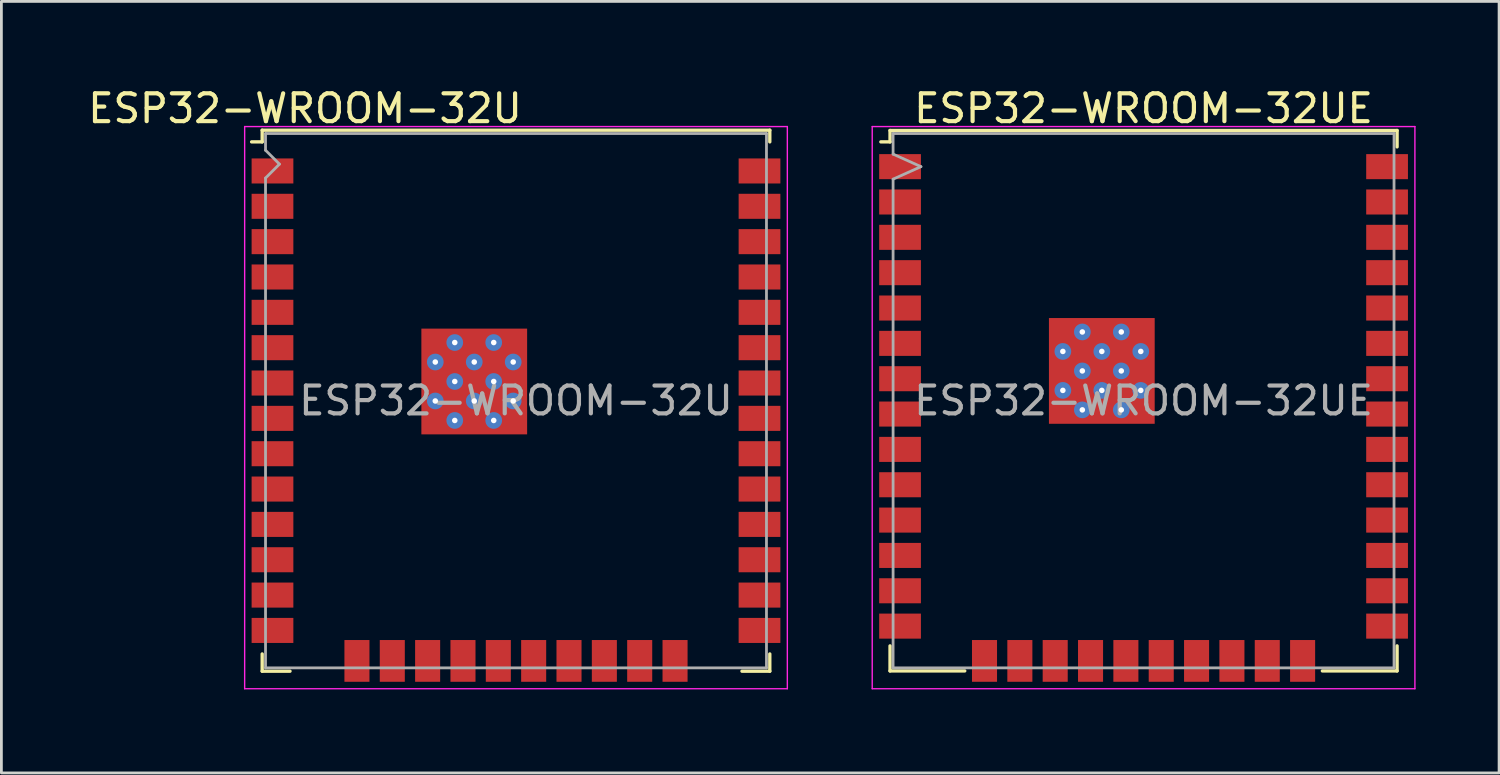
<source format=kicad_pcb>
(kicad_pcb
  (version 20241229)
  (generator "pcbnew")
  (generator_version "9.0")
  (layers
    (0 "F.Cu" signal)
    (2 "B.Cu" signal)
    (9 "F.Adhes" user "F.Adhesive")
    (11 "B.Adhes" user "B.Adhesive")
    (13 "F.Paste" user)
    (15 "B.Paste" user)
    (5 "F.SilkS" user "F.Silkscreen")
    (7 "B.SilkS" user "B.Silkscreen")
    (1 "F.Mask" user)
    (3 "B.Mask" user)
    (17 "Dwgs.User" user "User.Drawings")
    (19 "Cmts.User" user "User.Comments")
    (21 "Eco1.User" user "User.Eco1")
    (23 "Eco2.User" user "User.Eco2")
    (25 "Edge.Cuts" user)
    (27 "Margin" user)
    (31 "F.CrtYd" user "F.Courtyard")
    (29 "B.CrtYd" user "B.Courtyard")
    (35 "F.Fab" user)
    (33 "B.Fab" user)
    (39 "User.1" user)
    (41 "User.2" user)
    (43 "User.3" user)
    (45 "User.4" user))
  (footprint "ESP32-WROOM-32UE"
    (layer "F.Cu")
    (at 38.041 11.348)
    (property "Reference" "ESP32-WROOM-32UE" (at 0 -10.5 0) (unlocked yes) (layer "F.SilkS") (effects (font (size 1 1) (thickness 0.15))))
    (attr smd)
    (fp_line (start -9.44 -9.3) (end -9.11 -9.3) (stroke (width 0.12) (type solid)) (layer "F.SilkS"))
    (fp_line (start -9.11 -9.71) (end -9.11 -9.3) (stroke (width 0.12) (type solid)) (layer "F.SilkS"))
    (fp_line (start -9.11 -9.71) (end 9.11 -9.71) (stroke (width 0.12) (type solid)) (layer "F.SilkS"))
    (fp_line (start -9.11 8.81) (end -9.11 9.71) (stroke (width 0.12) (type solid)) (layer "F.SilkS"))
    (fp_line (start -9.11 9.71) (end -6.425 9.71) (stroke (width 0.12) (type solid)) (layer "F.SilkS"))
    (fp_line (start 6.425 9.71) (end 9.11 9.71) (stroke (width 0.12) (type solid)) (layer "F.SilkS"))
    (fp_line (start 9.11 -9.71) (end 9.11 -9.12) (stroke (width 0.12) (type solid)) (layer "F.SilkS"))
    (fp_line (start 9.11 8.81) (end 9.11 9.71) (stroke (width 0.12) (type solid)) (layer "F.SilkS"))
    (fp_line (start -9.75 -9.85) (end -9.75 10.35) (stroke (width 0.05) (type solid)) (layer "F.CrtYd"))
    (fp_line (start -9.75 -9.85) (end 9.75 -9.85) (stroke (width 0.05) (type solid)) (layer "F.CrtYd"))
    (fp_line (start -9.75 10.35) (end 9.75 10.35) (stroke (width 0.05) (type solid)) (layer "F.CrtYd"))
    (fp_line (start 9.75 -9.85) (end 9.75 10.35) (stroke (width 0.05) (type solid)) (layer "F.CrtYd"))
    (fp_line (start -9 -9.6) (end -9 -8.86) (stroke (width 0.1) (type solid)) (layer "F.Fab"))
    (fp_line (start -9 -9.6) (end 9 -9.6) (stroke (width 0.1) (type solid)) (layer "F.Fab"))
    (fp_line (start -9 -7.96) (end -9 9.6) (stroke (width 0.1) (type solid)) (layer "F.Fab"))
    (fp_line (start -9 9.6) (end 9 9.6) (stroke (width 0.1) (type solid)) (layer "F.Fab"))
    (fp_line (start -8 -8.41) (end -9 -8.86) (stroke (width 0.1) (type solid)) (layer "F.Fab"))
    (fp_line (start -8 -8.41) (end -9 -7.96) (stroke (width 0.1) (type solid)) (layer "F.Fab"))
    (fp_line (start 9 -9.6) (end 9 9.6) (stroke (width 0.1) (type solid)) (layer "F.Fab"))
    (fp_text user "${REFERENCE}" (at 0 0 0) (unlocked yes) (layer "F.Fab") (effects (font (size 1 1) (thickness 0.15))))
    (pad "1" smd rect (at -8.75 -8.41) (size 1.5 0.9) (layers "F.Cu" "F.Mask" "F.Paste"))
    (pad "2" smd rect (at -8.75 -7.14) (size 1.5 0.9) (layers "F.Cu" "F.Mask" "F.Paste"))
    (pad "3" smd rect (at -8.75 -5.87) (size 1.5 0.9) (layers "F.Cu" "F.Mask" "F.Paste"))
    (pad "4" smd rect (at -8.75 -4.6) (size 1.5 0.9) (layers "F.Cu" "F.Mask" "F.Paste"))
    (pad "5" smd rect (at -8.75 -3.33) (size 1.5 0.9) (layers "F.Cu" "F.Mask" "F.Paste"))
    (pad "6" smd rect (at -8.75 -2.06) (size 1.5 0.9) (layers "F.Cu" "F.Mask" "F.Paste"))
    (pad "7" smd rect (at -8.75 -0.79) (size 1.5 0.9) (layers "F.Cu" "F.Mask" "F.Paste"))
    (pad "8" smd rect (at -8.75 0.48) (size 1.5 0.9) (layers "F.Cu" "F.Mask" "F.Paste"))
    (pad "9" smd rect (at -8.75 1.75) (size 1.5 0.9) (layers "F.Cu" "F.Mask" "F.Paste"))
    (pad "10" smd rect (at -8.75 3.02) (size 1.5 0.9) (layers "F.Cu" "F.Mask" "F.Paste"))
    (pad "11" smd rect (at -8.75 4.29) (size 1.5 0.9) (layers "F.Cu" "F.Mask" "F.Paste"))
    (pad "12" smd rect (at -8.75 5.56) (size 1.5 0.9) (layers "F.Cu" "F.Mask" "F.Paste"))
    (pad "13" smd rect (at -8.75 6.83) (size 1.5 0.9) (layers "F.Cu" "F.Mask" "F.Paste"))
    (pad "14" smd rect (at -8.75 8.1) (size 1.5 0.9) (layers "F.Cu" "F.Mask" "F.Paste"))
    (pad "15" smd rect (at -5.715 9.35 90) (size 1.5 0.9) (layers "F.Cu" "F.Mask" "F.Paste"))
    (pad "16" smd rect (at -4.445 9.35 90) (size 1.5 0.9) (layers "F.Cu" "F.Mask" "F.Paste"))
    (pad "17" smd rect (at -3.175 9.35 90) (size 1.5 0.9) (layers "F.Cu" "F.Mask" "F.Paste"))
    (pad "18" smd rect (at -1.905 9.35 90) (size 1.5 0.9) (layers "F.Cu" "F.Mask" "F.Paste"))
    (pad "19" smd rect (at -0.635 9.35 90) (size 1.5 0.9) (layers "F.Cu" "F.Mask" "F.Paste"))
    (pad "20" smd rect (at 0.635 9.35 90) (size 1.5 0.9) (layers "F.Cu" "F.Mask" "F.Paste"))
    (pad "21" smd rect (at 1.905 9.35 90) (size 1.5 0.9) (layers "F.Cu" "F.Mask" "F.Paste"))
    (pad "22" smd rect (at 3.175 9.35 90) (size 1.5 0.9) (layers "F.Cu" "F.Mask" "F.Paste"))
    (pad "23" smd rect (at 4.445 9.35 90) (size 1.5 0.9) (layers "F.Cu" "F.Mask" "F.Paste"))
    (pad "24" smd rect (at 5.715 9.35 90) (size 1.5 0.9) (layers "F.Cu" "F.Mask" "F.Paste"))
    (pad "25" smd rect (at 8.75 8.1) (size 1.5 0.9) (layers "F.Cu" "F.Mask" "F.Paste"))
    (pad "26" smd rect (at 8.75 6.83) (size 1.5 0.9) (layers "F.Cu" "F.Mask" "F.Paste"))
    (pad "27" smd rect (at 8.75 5.56) (size 1.5 0.9) (layers "F.Cu" "F.Mask" "F.Paste"))
    (pad "28" smd rect (at 8.75 4.29) (size 1.5 0.9) (layers "F.Cu" "F.Mask" "F.Paste"))
    (pad "29" smd rect (at 8.75 3.02) (size 1.5 0.9) (layers "F.Cu" "F.Mask" "F.Paste"))
    (pad "30" smd rect (at 8.75 1.75) (size 1.5 0.9) (layers "F.Cu" "F.Mask" "F.Paste"))
    (pad "31" smd rect (at 8.75 0.48) (size 1.5 0.9) (layers "F.Cu" "F.Mask" "F.Paste"))
    (pad "32" smd rect (at 8.75 -0.79) (size 1.5 0.9) (layers "F.Cu" "F.Mask" "F.Paste"))
    (pad "33" smd rect (at 8.75 -2.06) (size 1.5 0.9) (layers "F.Cu" "F.Mask" "F.Paste"))
    (pad "34" smd rect (at 8.75 -3.33) (size 1.5 0.9) (layers "F.Cu" "F.Mask" "F.Paste"))
    (pad "35" smd rect (at 8.75 -4.6) (size 1.5 0.9) (layers "F.Cu" "F.Mask" "F.Paste"))
    (pad "36" smd rect (at 8.75 -5.87) (size 1.5 0.9) (layers "F.Cu" "F.Mask" "F.Paste"))
    (pad "37" smd rect (at 8.75 -7.14) (size 1.5 0.9) (layers "F.Cu" "F.Mask" "F.Paste"))
    (pad "38" smd rect (at 8.75 -8.41) (size 1.5 0.9) (layers "F.Cu" "F.Mask" "F.Paste"))
    (pad "39" smd rect (at -2.9 -2.47) (size 0.9 0.9) (layers "F.Cu" "F.Paste"))
    (pad "39" thru_hole circle (at -2.9 -1.77) (size 0.6 0.6) (drill 0.2) (property pad_prop_heatsink) (layers "*.Cu" "F.Mask"))
    (pad "39" smd rect (at -2.9 -1.07) (size 0.9 0.9) (layers "F.Cu" "F.Paste"))
    (pad "39" thru_hole circle (at -2.9 -0.37) (size 0.6 0.6) (drill 0.2) (property pad_prop_heatsink) (layers "*.Cu" "F.Mask"))
    (pad "39" smd rect (at -2.9 0.33) (size 0.9 0.9) (layers "F.Cu" "F.Paste"))
    (pad "39" thru_hole circle (at -2.2 -2.47) (size 0.6 0.6) (drill 0.2) (property pad_prop_heatsink) (layers "*.Cu" "F.Mask"))
    (pad "39" thru_hole circle (at -2.2 -1.07) (size 0.6 0.6) (drill 0.2) (property pad_prop_heatsink) (layers "*.Cu" "F.Mask"))
    (pad "39" thru_hole circle (at -2.2 0.33) (size 0.6 0.6) (drill 0.2) (property pad_prop_heatsink) (layers "*.Cu" "F.Mask"))
    (pad "39" smd rect (at -1.5 -2.47) (size 0.9 0.9) (layers "F.Cu" "F.Paste"))
    (pad "39" thru_hole circle (at -1.5 -1.77) (size 0.6 0.6) (drill 0.2) (property pad_prop_heatsink) (layers "*.Cu" "F.Mask"))
    (pad "39" smd rect (at -1.5 -1.07) (size 0.9 0.9) (layers "F.Cu" "F.Paste"))
    (pad "39" smd rect (at -1.5 -1.07) (size 3.8 3.8) (layers "F.Cu" "F.Mask"))
    (pad "39" thru_hole circle (at -1.5 -0.37) (size 0.6 0.6) (drill 0.2) (property pad_prop_heatsink) (layers "*.Cu" "F.Mask"))
    (pad "39" smd rect (at -1.5 0.33) (size 0.9 0.9) (layers "F.Cu" "F.Paste"))
    (pad "39" thru_hole circle (at -0.8 -2.47) (size 0.6 0.6) (drill 0.2) (property pad_prop_heatsink) (layers "*.Cu" "F.Mask"))
    (pad "39" thru_hole circle (at -0.8 -1.07) (size 0.6 0.6) (drill 0.2) (property pad_prop_heatsink) (layers "*.Cu" "F.Mask"))
    (pad "39" thru_hole circle (at -0.8 0.33) (size 0.6 0.6) (drill 0.2) (property pad_prop_heatsink) (layers "*.Cu" "F.Mask"))
    (pad "39" smd rect (at -0.1 -2.47) (size 0.9 0.9) (layers "F.Cu" "F.Paste"))
    (pad "39" thru_hole circle (at -0.1 -1.77) (size 0.6 0.6) (drill 0.2) (property pad_prop_heatsink) (layers "*.Cu" "F.Mask"))
    (pad "39" smd rect (at -0.1 -1.07) (size 0.9 0.9) (layers "F.Cu" "F.Paste"))
    (pad "39" thru_hole circle (at -0.1 -0.37) (size 0.6 0.6) (drill 0.2) (property pad_prop_heatsink) (layers "*.Cu" "F.Mask"))
    (pad "39" smd rect (at -0.1 0.33) (size 0.9 0.9) (layers "F.Cu" "F.Paste")))
  (footprint "ESP32-WROOM-32U"
    (layer "F.Cu")
    (at 15.491 11.348)
    (property "Reference" "ESP32-WROOM-32U" (at -7.58 -10.5 180) (layer "F.SilkS") (effects (font (size 1 1) (thickness 0.15))))
    (attr smd)
    (fp_line (start -9.12 -9.72) (end -9.12 -9.3) (stroke (width 0.12) (type solid)) (layer "F.SilkS"))
    (fp_line (start -9.12 -9.72) (end 9.12 -9.72) (stroke (width 0.12) (type solid)) (layer "F.SilkS"))
    (fp_line (start -9.12 -9.3) (end -9.5 -9.3) (stroke (width 0.12) (type solid)) (layer "F.SilkS"))
    (fp_line (start -9.12 9.1) (end -9.12 9.72) (stroke (width 0.12) (type solid)) (layer "F.SilkS"))
    (fp_line (start -9.12 9.72) (end -8.12 9.72) (stroke (width 0.12) (type solid)) (layer "F.SilkS"))
    (fp_line (start 9.12 -9.72) (end 9.12 -9.3) (stroke (width 0.12) (type solid)) (layer "F.SilkS"))
    (fp_line (start 9.12 9.1) (end 9.12 9.72) (stroke (width 0.12) (type solid)) (layer "F.SilkS"))
    (fp_line (start 9.12 9.72) (end 8.12 9.72) (stroke (width 0.12) (type solid)) (layer "F.SilkS"))
    (fp_line (start -9.75 10.35) (end -9.75 -9.85) (stroke (width 0.05) (type solid)) (layer "F.CrtYd"))
    (fp_line (start -9.75 10.35) (end 9.75 10.35) (stroke (width 0.05) (type solid)) (layer "F.CrtYd"))
    (fp_line (start 9.75 -9.85) (end -9.75 -9.85) (stroke (width 0.05) (type solid)) (layer "F.CrtYd"))
    (fp_line (start 9.75 -9.85) (end 9.75 10.35) (stroke (width 0.05) (type solid)) (layer "F.CrtYd"))
    (fp_line (start -9 -9.6) (end -9 -9) (stroke (width 0.1) (type solid)) (layer "F.Fab"))
    (fp_line (start -9 -9.6) (end 9 -9.6) (stroke (width 0.1) (type solid)) (layer "F.Fab"))
    (fp_line (start -9 -8) (end -9 9.6) (stroke (width 0.1) (type solid)) (layer "F.Fab"))
    (fp_line (start -9 -8) (end -8.5 -8.5) (stroke (width 0.1) (type solid)) (layer "F.Fab"))
    (fp_line (start -9 9.6) (end 9 9.6) (stroke (width 0.1) (type solid)) (layer "F.Fab"))
    (fp_line (start -8.5 -8.5) (end -9 -9) (stroke (width 0.1) (type solid)) (layer "F.Fab"))
    (fp_line (start 9 9.6) (end 9 -9.6) (stroke (width 0.1) (type solid)) (layer "F.Fab"))
    (fp_text user "${REFERENCE}" (at 0 0 0) (layer "F.Fab") (effects (font (size 1 1) (thickness 0.15))))
    (pad "1" smd rect (at -8.75 -8.255) (size 1.5 0.9) (layers "F.Cu" "F.Mask" "F.Paste"))
    (pad "2" smd rect (at -8.75 -6.985) (size 1.5 0.9) (layers "F.Cu" "F.Mask" "F.Paste"))
    (pad "3" smd rect (at -8.75 -5.715) (size 1.5 0.9) (layers "F.Cu" "F.Mask" "F.Paste"))
    (pad "4" smd rect (at -8.75 -4.445) (size 1.5 0.9) (layers "F.Cu" "F.Mask" "F.Paste"))
    (pad "5" smd rect (at -8.75 -3.175) (size 1.5 0.9) (layers "F.Cu" "F.Mask" "F.Paste"))
    (pad "6" smd rect (at -8.75 -1.905) (size 1.5 0.9) (layers "F.Cu" "F.Mask" "F.Paste"))
    (pad "7" smd rect (at -8.75 -0.635) (size 1.5 0.9) (layers "F.Cu" "F.Mask" "F.Paste"))
    (pad "8" smd rect (at -8.75 0.635) (size 1.5 0.9) (layers "F.Cu" "F.Mask" "F.Paste"))
    (pad "9" smd rect (at -8.75 1.905) (size 1.5 0.9) (layers "F.Cu" "F.Mask" "F.Paste"))
    (pad "10" smd rect (at -8.75 3.175) (size 1.5 0.9) (layers "F.Cu" "F.Mask" "F.Paste"))
    (pad "11" smd rect (at -8.75 4.445) (size 1.5 0.9) (layers "F.Cu" "F.Mask" "F.Paste"))
    (pad "12" smd rect (at -8.75 5.715) (size 1.5 0.9) (layers "F.Cu" "F.Mask" "F.Paste"))
    (pad "13" smd rect (at -8.75 6.985) (size 1.5 0.9) (layers "F.Cu" "F.Mask" "F.Paste"))
    (pad "14" smd rect (at -8.75 8.255) (size 1.5 0.9) (layers "F.Cu" "F.Mask" "F.Paste"))
    (pad "15" smd rect (at -5.715 9.35 90) (size 1.5 0.9) (layers "F.Cu" "F.Mask" "F.Paste"))
    (pad "16" smd rect (at -4.445 9.35 90) (size 1.5 0.9) (layers "F.Cu" "F.Mask" "F.Paste"))
    (pad "17" smd rect (at -3.175 9.35 90) (size 1.5 0.9) (layers "F.Cu" "F.Mask" "F.Paste"))
    (pad "18" smd rect (at -1.905 9.35 90) (size 1.5 0.9) (layers "F.Cu" "F.Mask" "F.Paste"))
    (pad "19" smd rect (at -0.635 9.35 90) (size 1.5 0.9) (layers "F.Cu" "F.Mask" "F.Paste"))
    (pad "20" smd rect (at 0.635 9.35 90) (size 1.5 0.9) (layers "F.Cu" "F.Mask" "F.Paste"))
    (pad "21" smd rect (at 1.905 9.35 90) (size 1.5 0.9) (layers "F.Cu" "F.Mask" "F.Paste"))
    (pad "22" smd rect (at 3.175 9.35 90) (size 1.5 0.9) (layers "F.Cu" "F.Mask" "F.Paste"))
    (pad "23" smd rect (at 4.445 9.35 90) (size 1.5 0.9) (layers "F.Cu" "F.Mask" "F.Paste"))
    (pad "24" smd rect (at 5.715 9.35 90) (size 1.5 0.9) (layers "F.Cu" "F.Mask" "F.Paste"))
    (pad "25" smd rect (at 8.75 8.255) (size 1.5 0.9) (layers "F.Cu" "F.Mask" "F.Paste"))
    (pad "26" smd rect (at 8.75 6.985) (size 1.5 0.9) (layers "F.Cu" "F.Mask" "F.Paste"))
    (pad "27" smd rect (at 8.75 5.715) (size 1.5 0.9) (layers "F.Cu" "F.Mask" "F.Paste"))
    (pad "28" smd rect (at 8.75 4.445) (size 1.5 0.9) (layers "F.Cu" "F.Mask" "F.Paste"))
    (pad "29" smd rect (at 8.75 3.175) (size 1.5 0.9) (layers "F.Cu" "F.Mask" "F.Paste"))
    (pad "30" smd rect (at 8.75 1.905) (size 1.5 0.9) (layers "F.Cu" "F.Mask" "F.Paste"))
    (pad "31" smd rect (at 8.75 0.635) (size 1.5 0.9) (layers "F.Cu" "F.Mask" "F.Paste"))
    (pad "32" smd rect (at 8.75 -0.635) (size 1.5 0.9) (layers "F.Cu" "F.Mask" "F.Paste"))
    (pad "33" smd rect (at 8.75 -1.905) (size 1.5 0.9) (layers "F.Cu" "F.Mask" "F.Paste"))
    (pad "34" smd rect (at 8.75 -3.175) (size 1.5 0.9) (layers "F.Cu" "F.Mask" "F.Paste"))
    (pad "35" smd rect (at 8.75 -4.445) (size 1.5 0.9) (layers "F.Cu" "F.Mask" "F.Paste"))
    (pad "36" smd rect (at 8.75 -5.715) (size 1.5 0.9) (layers "F.Cu" "F.Mask" "F.Paste"))
    (pad "37" smd rect (at 8.75 -6.985) (size 1.5 0.9) (layers "F.Cu" "F.Mask" "F.Paste"))
    (pad "38" smd rect (at 8.75 -8.255) (size 1.5 0.9) (layers "F.Cu" "F.Mask" "F.Paste"))
    (pad "39" smd rect (at -2.9 -2.09) (size 0.9 0.9) (layers "F.Cu" "F.Paste"))
    (pad "39" thru_hole circle (at -2.9 -1.39) (size 0.6 0.6) (drill 0.2) (property pad_prop_heatsink) (layers "*.Cu" "F.Mask"))
    (pad "39" smd rect (at -2.9 -0.69) (size 0.9 0.9) (layers "F.Cu" "F.Paste"))
    (pad "39" thru_hole circle (at -2.9 0.01) (size 0.6 0.6) (drill 0.2) (property pad_prop_heatsink) (layers "*.Cu" "F.Mask"))
    (pad "39" smd rect (at -2.9 0.71) (size 0.9 0.9) (layers "F.Cu" "F.Paste"))
    (pad "39" thru_hole circle (at -2.2 -2.09) (size 0.6 0.6) (drill 0.2) (property pad_prop_heatsink) (layers "*.Cu" "F.Mask"))
    (pad "39" thru_hole circle (at -2.2 -0.69) (size 0.6 0.6) (drill 0.2) (property pad_prop_heatsink) (layers "*.Cu" "F.Mask"))
    (pad "39" thru_hole circle (at -2.2 0.71) (size 0.6 0.6) (drill 0.2) (property pad_prop_heatsink) (layers "*.Cu" "F.Mask"))
    (pad "39" smd rect (at -1.5 -2.09) (size 0.9 0.9) (layers "F.Cu" "F.Paste"))
    (pad "39" thru_hole circle (at -1.5 -1.39) (size 0.6 0.6) (drill 0.2) (property pad_prop_heatsink) (layers "*.Cu" "F.Mask"))
    (pad "39" smd rect (at -1.5 -0.69) (size 0.9 0.9) (layers "F.Cu" "F.Paste"))
    (pad "39" smd rect (at -1.5 -0.69) (size 3.8 3.8) (layers "F.Cu" "F.Mask"))
    (pad "39" thru_hole circle (at -1.5 0.01) (size 0.6 0.6) (drill 0.2) (property pad_prop_heatsink) (layers "*.Cu" "F.Mask"))
    (pad "39" smd rect (at -1.5 0.71) (size 0.9 0.9) (layers "F.Cu" "F.Paste"))
    (pad "39" thru_hole circle (at -0.8 -2.09) (size 0.6 0.6) (drill 0.2) (property pad_prop_heatsink) (layers "*.Cu" "F.Mask"))
    (pad "39" thru_hole circle (at -0.8 -0.69) (size 0.6 0.6) (drill 0.2) (property pad_prop_heatsink) (layers "*.Cu" "F.Mask"))
    (pad "39" thru_hole circle (at -0.8 0.71) (size 0.6 0.6) (drill 0.2) (property pad_prop_heatsink) (layers "*.Cu" "F.Mask"))
    (pad "39" smd rect (at -0.1 -2.09) (size 0.9 0.9) (layers "F.Cu" "F.Paste"))
    (pad "39" thru_hole circle (at -0.1 -1.39) (size 0.6 0.6) (drill 0.2) (property pad_prop_heatsink) (layers "*.Cu" "F.Mask"))
    (pad "39" smd rect (at -0.1 -0.69) (size 0.9 0.9) (layers "F.Cu" "F.Paste"))
    (pad "39" thru_hole circle (at -0.1 0.01) (size 0.6 0.6) (drill 0.2) (property pad_prop_heatsink) (layers "*.Cu" "F.Mask"))
    (pad "39" smd rect (at -0.1 0.71) (size 0.9 0.9) (layers "F.Cu" "F.Paste")))
  (gr_rect
    (start -3 -3)
    (end 50.816 24.723)
    (stroke (width 0.1) (type default))
    (fill no)
    (layer "Edge.Cuts")))
</source>
